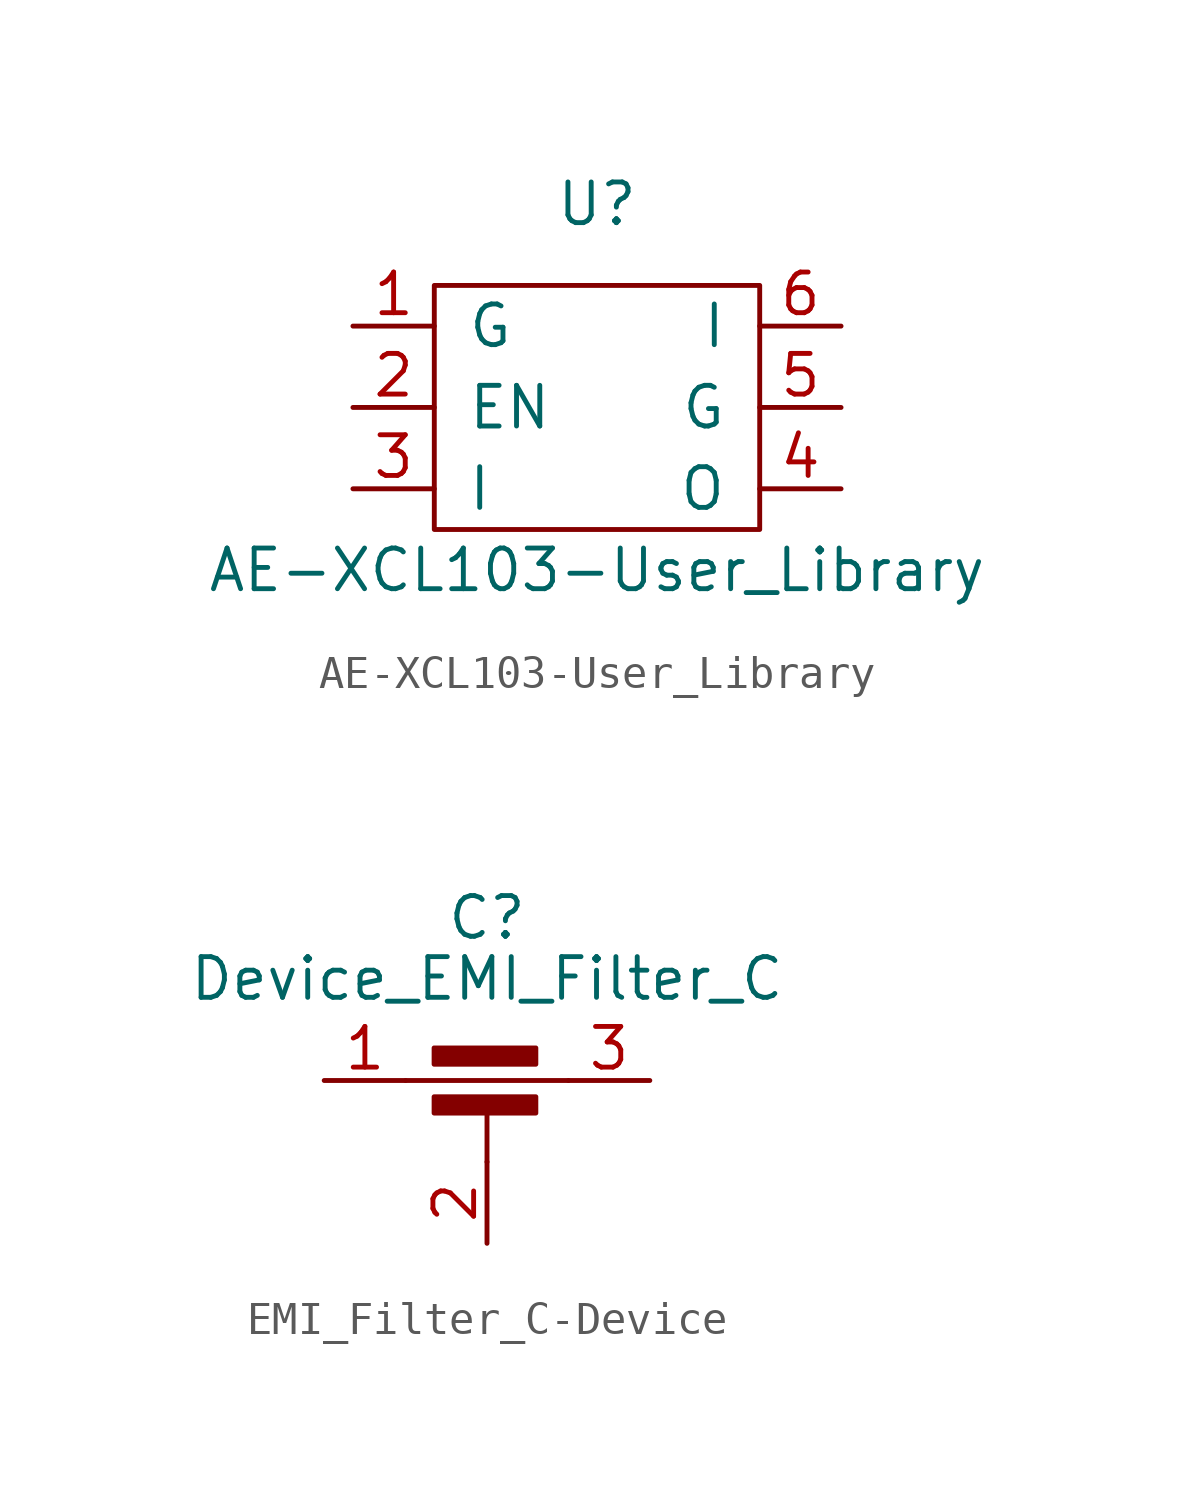
<source format=kicad_sym>
(kicad_symbol_lib
  (version 20231120)
  (generator "kicad_symbol_editor")
  (generator_version "8.0")
  (symbol "AE-XCL103-User_Library"
    (pin_names
      (offset 1.016))
    (property "Reference" "U"
      (at 0 0 0)
      (effects (font (size 1.27 1.27))))
    (property "Value" "AE-XCL103-User_Library"
      (at 0 -11.43 0)
      (effects (font (size 1.27 1.27))))
    (symbol "AE-XCL103-User_Library_0_1"
      (rectangle (start -5.08 -2.54) (end 5.08 -10.16) (stroke (width 0) (type solid)) (fill (type none))))
    (symbol "AE-XCL103-User_Library_1_1"
      (pin output line (at -7.62 -3.81 0) (length 2.54) (name "G" (effects (font (size 1.27 1.27)))) (number "1" (effects (font (size 1.27 1.27)))))
      (pin input line (at -7.62 -6.35 0) (length 2.54) (name "EN" (effects (font (size 1.27 1.27)))) (number "2" (effects (font (size 1.27 1.27)))))
      (pin output line (at -7.62 -8.89 0) (length 2.54) (name "I" (effects (font (size 1.27 1.27)))) (number "3" (effects (font (size 1.27 1.27)))))
      (pin output line (at 7.62 -8.89 180) (length 2.54) (name "O" (effects (font (size 1.27 1.27)))) (number "4" (effects (font (size 1.27 1.27)))))
      (pin output line (at 7.62 -6.35 180) (length 2.54) (name "G" (effects (font (size 1.27 1.27)))) (number "5" (effects (font (size 1.27 1.27)))))
      (pin input line (at 7.62 -3.81 180) (length 2.54) (name "I" (effects (font (size 1.27 1.27)))) (number "6" (effects (font (size 1.27 1.27)))))))
  (symbol "EMI_Filter_C-Device"
    (pin_names
      (offset 0.254) hide)
    (property "Reference" "C"
      (at 0 7.62 0)
      (effects (font (size 1.27 1.27))))
    (property "Value" "Device_EMI_Filter_C"
      (at 0 5.715 0)
      (effects (font (size 1.27 1.27))))
    (symbol "EMI_Filter_C-Device_0_1"
      (rectangle (start -1.651 1.524) (end 1.524 2.032) (stroke (width 0) (type solid)) (fill (type outline)))
      (polyline (pts (xy -2.54 2.54) (xy 2.54 2.54)) (stroke (width 0) (type solid)) (fill (type none)))
      (polyline (pts (xy 0 0) (xy 0 1.778)) (stroke (width 0) (type solid)) (fill (type none)))
      (rectangle (start 1.524 3.048) (end -1.651 3.556) (stroke (width 0) (type solid)) (fill (type outline))))
    (symbol "EMI_Filter_C-Device_1_1"
      (pin passive line (at -5.08 2.54 0) (length 2.54) (name "1" (effects (font (size 1.27 1.27)))) (number "1" (effects (font (size 1.27 1.27)))))
      (pin passive line (at 0 -2.54 90) (length 2.54) (name "2" (effects (font (size 1.27 1.27)))) (number "2" (effects (font (size 1.27 1.27)))))
      (pin passive line (at 5.08 2.54 180) (length 2.54) (name "3" (effects (font (size 1.27 1.27)))) (number "3" (effects (font (size 1.27 1.27))))))))
</source>
